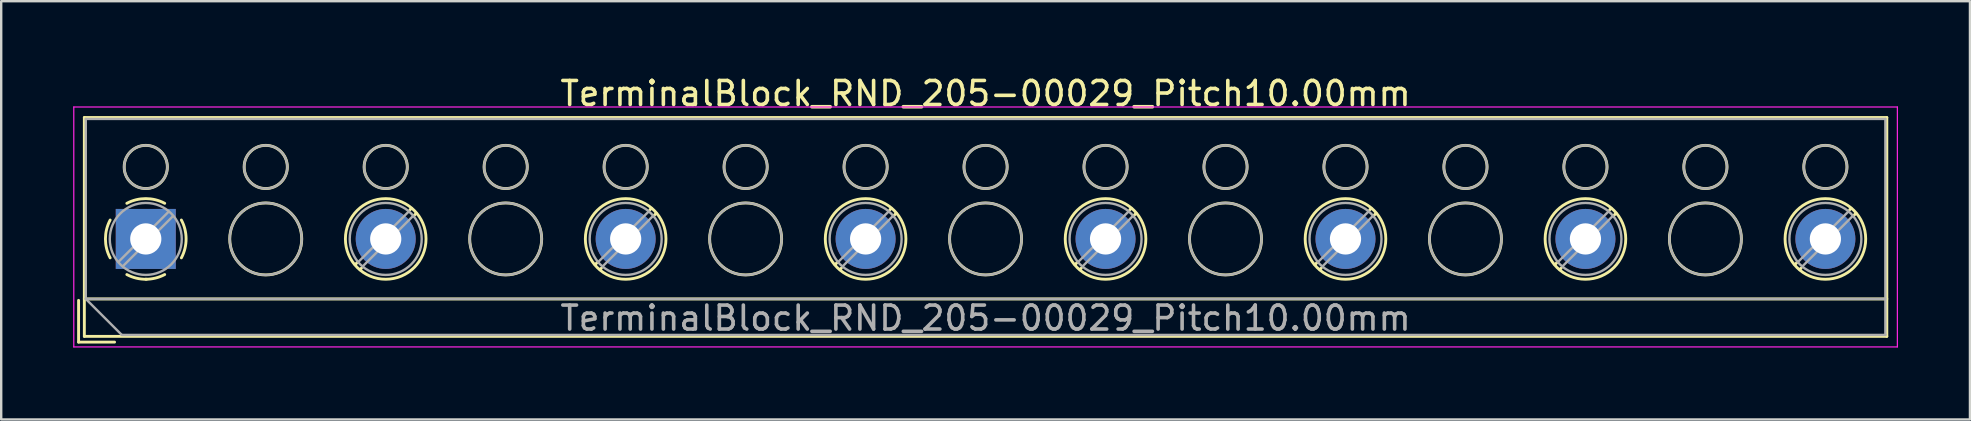
<source format=kicad_pcb>
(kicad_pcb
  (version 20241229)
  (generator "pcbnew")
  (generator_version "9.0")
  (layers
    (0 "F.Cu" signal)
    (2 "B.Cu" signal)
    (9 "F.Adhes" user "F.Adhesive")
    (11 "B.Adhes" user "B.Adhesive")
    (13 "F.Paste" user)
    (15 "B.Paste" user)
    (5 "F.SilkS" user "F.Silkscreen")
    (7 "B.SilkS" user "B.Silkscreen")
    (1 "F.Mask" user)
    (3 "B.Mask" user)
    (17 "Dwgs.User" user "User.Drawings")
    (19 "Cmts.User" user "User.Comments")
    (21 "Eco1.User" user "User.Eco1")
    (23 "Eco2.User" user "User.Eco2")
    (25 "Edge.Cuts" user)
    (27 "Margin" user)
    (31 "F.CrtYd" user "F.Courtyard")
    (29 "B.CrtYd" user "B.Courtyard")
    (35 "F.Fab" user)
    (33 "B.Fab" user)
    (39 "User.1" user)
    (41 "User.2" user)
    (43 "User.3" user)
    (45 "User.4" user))
  (footprint "TerminalBlock_RND_205-00029_Pitch10.00mm"
    (layer "F.Cu")
    (at 3.025 6.908)
    (property "Reference" "TerminalBlock_RND_205-00029_Pitch10.00mm" (at 35 -6.06 0) (layer "F.SilkS") (effects (font (size 1 1) (thickness 0.15))))
    (attr through_hole)
    (fp_line (start -2.8 2.56) (end -2.8 4.3) (stroke (width 0.12) (type solid)) (layer "F.SilkS"))
    (fp_line (start -2.8 4.3) (end -1.3 4.3) (stroke (width 0.12) (type solid)) (layer "F.SilkS"))
    (fp_line (start -2.56 -5.06) (end -2.56 4.06) (stroke (width 0.12) (type solid)) (layer "F.SilkS"))
    (fp_line (start -2.56 2.5) (end 72.56 2.5) (stroke (width 0.12) (type solid)) (layer "F.SilkS"))
    (fp_line (start -2.56 4.06) (end 72.56 4.06) (stroke (width 0.12) (type solid)) (layer "F.SilkS"))
    (fp_line (start 8.82 0.976) (end 8.726 1.069) (stroke (width 0.12) (type solid)) (layer "F.SilkS"))
    (fp_line (start 8.99 1.216) (end 8.931 1.274) (stroke (width 0.12) (type solid)) (layer "F.SilkS"))
    (fp_line (start 11.07 -1.275) (end 11.011 -1.216) (stroke (width 0.12) (type solid)) (layer "F.SilkS"))
    (fp_line (start 11.275 -1.069) (end 11.181 -0.976) (stroke (width 0.12) (type solid)) (layer "F.SilkS"))
    (fp_line (start 18.82 0.976) (end 18.726 1.069) (stroke (width 0.12) (type solid)) (layer "F.SilkS"))
    (fp_line (start 18.99 1.216) (end 18.931 1.274) (stroke (width 0.12) (type solid)) (layer "F.SilkS"))
    (fp_line (start 21.07 -1.275) (end 21.011 -1.216) (stroke (width 0.12) (type solid)) (layer "F.SilkS"))
    (fp_line (start 21.275 -1.069) (end 21.181 -0.976) (stroke (width 0.12) (type solid)) (layer "F.SilkS"))
    (fp_line (start 28.82 0.976) (end 28.726 1.069) (stroke (width 0.12) (type solid)) (layer "F.SilkS"))
    (fp_line (start 28.99 1.216) (end 28.931 1.274) (stroke (width 0.12) (type solid)) (layer "F.SilkS"))
    (fp_line (start 31.07 -1.275) (end 31.011 -1.216) (stroke (width 0.12) (type solid)) (layer "F.SilkS"))
    (fp_line (start 31.275 -1.069) (end 31.181 -0.976) (stroke (width 0.12) (type solid)) (layer "F.SilkS"))
    (fp_line (start 38.82 0.976) (end 38.726 1.069) (stroke (width 0.12) (type solid)) (layer "F.SilkS"))
    (fp_line (start 38.99 1.216) (end 38.931 1.274) (stroke (width 0.12) (type solid)) (layer "F.SilkS"))
    (fp_line (start 41.07 -1.275) (end 41.011 -1.216) (stroke (width 0.12) (type solid)) (layer "F.SilkS"))
    (fp_line (start 41.275 -1.069) (end 41.181 -0.976) (stroke (width 0.12) (type solid)) (layer "F.SilkS"))
    (fp_line (start 48.82 0.976) (end 48.726 1.069) (stroke (width 0.12) (type solid)) (layer "F.SilkS"))
    (fp_line (start 48.99 1.216) (end 48.931 1.274) (stroke (width 0.12) (type solid)) (layer "F.SilkS"))
    (fp_line (start 51.07 -1.275) (end 51.011 -1.216) (stroke (width 0.12) (type solid)) (layer "F.SilkS"))
    (fp_line (start 51.275 -1.069) (end 51.181 -0.976) (stroke (width 0.12) (type solid)) (layer "F.SilkS"))
    (fp_line (start 58.82 0.976) (end 58.726 1.069) (stroke (width 0.12) (type solid)) (layer "F.SilkS"))
    (fp_line (start 58.99 1.216) (end 58.931 1.274) (stroke (width 0.12) (type solid)) (layer "F.SilkS"))
    (fp_line (start 61.07 -1.275) (end 61.011 -1.216) (stroke (width 0.12) (type solid)) (layer "F.SilkS"))
    (fp_line (start 61.275 -1.069) (end 61.181 -0.976) (stroke (width 0.12) (type solid)) (layer "F.SilkS"))
    (fp_line (start 68.82 0.976) (end 68.726 1.069) (stroke (width 0.12) (type solid)) (layer "F.SilkS"))
    (fp_line (start 68.99 1.216) (end 68.931 1.274) (stroke (width 0.12) (type solid)) (layer "F.SilkS"))
    (fp_line (start 71.07 -1.275) (end 71.011 -1.216) (stroke (width 0.12) (type solid)) (layer "F.SilkS"))
    (fp_line (start 71.275 -1.069) (end 71.181 -0.976) (stroke (width 0.12) (type solid)) (layer "F.SilkS"))
    (fp_line (start 72.56 -5.06) (end -2.56 -5.06) (stroke (width 0.12) (type solid)) (layer "F.SilkS"))
    (fp_line (start 72.56 4.06) (end 72.56 -5.06) (stroke (width 0.12) (type solid)) (layer "F.SilkS"))
    (fp_arc (start -1.483953 0.789089) (mid -1.680708 0.00005) (end -1.484 -0.789) (stroke (width 0.12) (type solid)) (layer "F.SilkS"))
    (fp_arc (start -0.789089 -1.483953) (mid -0.00005 -1.680708) (end 0.789 -1.484) (stroke (width 0.12) (type solid)) (layer "F.SilkS"))
    (fp_arc (start 0.029383 1.68045) (mid -0.392304 1.634281) (end -0.789 1.484) (stroke (width 0.12) (type solid)) (layer "F.SilkS"))
    (fp_arc (start 0.788712 1.483352) (mid 0.406429 1.630097) (end 0 1.68) (stroke (width 0.12) (type solid)) (layer "F.SilkS"))
    (fp_arc (start 1.483953 -0.789089) (mid 1.680708 -0.00005) (end 1.484 0.789) (stroke (width 0.12) (type solid)) (layer "F.SilkS"))
    (fp_circle (center 0 -3) (end 0.9 -3) (stroke (width 0.12) (type solid)) (fill no) (layer "F.SilkS"))
    (fp_circle (center 5 -3) (end 5.9 -3) (stroke (width 0.12) (type solid)) (fill no) (layer "F.SilkS"))
    (fp_circle (center 5 0) (end 6.5 0) (stroke (width 0.12) (type solid)) (fill no) (layer "F.SilkS"))
    (fp_circle (center 10 -3) (end 10.9 -3) (stroke (width 0.12) (type solid)) (fill no) (layer "F.SilkS"))
    (fp_circle (center 10 0) (end 11.68 0) (stroke (width 0.12) (type solid)) (fill no) (layer "F.SilkS"))
    (fp_circle (center 15 -3) (end 15.9 -3) (stroke (width 0.12) (type solid)) (fill no) (layer "F.SilkS"))
    (fp_circle (center 15 0) (end 16.5 0) (stroke (width 0.12) (type solid)) (fill no) (layer "F.SilkS"))
    (fp_circle (center 20 -3) (end 20.9 -3) (stroke (width 0.12) (type solid)) (fill no) (layer "F.SilkS"))
    (fp_circle (center 20 0) (end 21.68 0) (stroke (width 0.12) (type solid)) (fill no) (layer "F.SilkS"))
    (fp_circle (center 25 -3) (end 25.9 -3) (stroke (width 0.12) (type solid)) (fill no) (layer "F.SilkS"))
    (fp_circle (center 25 0) (end 26.5 0) (stroke (width 0.12) (type solid)) (fill no) (layer "F.SilkS"))
    (fp_circle (center 30 -3) (end 30.9 -3) (stroke (width 0.12) (type solid)) (fill no) (layer "F.SilkS"))
    (fp_circle (center 30 0) (end 31.68 0) (stroke (width 0.12) (type solid)) (fill no) (layer "F.SilkS"))
    (fp_circle (center 35 -3) (end 35.9 -3) (stroke (width 0.12) (type solid)) (fill no) (layer "F.SilkS"))
    (fp_circle (center 35 0) (end 36.5 0) (stroke (width 0.12) (type solid)) (fill no) (layer "F.SilkS"))
    (fp_circle (center 40 -3) (end 40.9 -3) (stroke (width 0.12) (type solid)) (fill no) (layer "F.SilkS"))
    (fp_circle (center 40 0) (end 41.68 0) (stroke (width 0.12) (type solid)) (fill no) (layer "F.SilkS"))
    (fp_circle (center 45 -3) (end 45.9 -3) (stroke (width 0.12) (type solid)) (fill no) (layer "F.SilkS"))
    (fp_circle (center 45 0) (end 46.5 0) (stroke (width 0.12) (type solid)) (fill no) (layer "F.SilkS"))
    (fp_circle (center 50 -3) (end 50.9 -3) (stroke (width 0.12) (type solid)) (fill no) (layer "F.SilkS"))
    (fp_circle (center 50 0) (end 51.68 0) (stroke (width 0.12) (type solid)) (fill no) (layer "F.SilkS"))
    (fp_circle (center 55 -3) (end 55.9 -3) (stroke (width 0.12) (type solid)) (fill no) (layer "F.SilkS"))
    (fp_circle (center 55 0) (end 56.5 0) (stroke (width 0.12) (type solid)) (fill no) (layer "F.SilkS"))
    (fp_circle (center 60 -3) (end 60.9 -3) (stroke (width 0.12) (type solid)) (fill no) (layer "F.SilkS"))
    (fp_circle (center 60 0) (end 61.68 0) (stroke (width 0.12) (type solid)) (fill no) (layer "F.SilkS"))
    (fp_circle (center 65 -3) (end 65.9 -3) (stroke (width 0.12) (type solid)) (fill no) (layer "F.SilkS"))
    (fp_circle (center 65 0) (end 66.5 0) (stroke (width 0.12) (type solid)) (fill no) (layer "F.SilkS"))
    (fp_circle (center 70 -3) (end 70.9 -3) (stroke (width 0.12) (type solid)) (fill no) (layer "F.SilkS"))
    (fp_circle (center 70 0) (end 71.68 0) (stroke (width 0.12) (type solid)) (fill no) (layer "F.SilkS"))
    (fp_line (start -3 -5.5) (end -3 4.5) (stroke (width 0.05) (type solid)) (layer "F.CrtYd"))
    (fp_line (start -3 4.5) (end 73 4.5) (stroke (width 0.05) (type solid)) (layer "F.CrtYd"))
    (fp_line (start 73 -5.5) (end -3 -5.5) (stroke (width 0.05) (type solid)) (layer "F.CrtYd"))
    (fp_line (start 73 4.5) (end 73 -5.5) (stroke (width 0.05) (type solid)) (layer "F.CrtYd"))
    (fp_line (start -2.5 -5) (end 72.5 -5) (stroke (width 0.1) (type solid)) (layer "F.Fab"))
    (fp_line (start -2.5 2.5) (end -2.5 -5) (stroke (width 0.1) (type solid)) (layer "F.Fab"))
    (fp_line (start -2.5 2.5) (end 72.5 2.5) (stroke (width 0.1) (type solid)) (layer "F.Fab"))
    (fp_line (start -1 4) (end -2.5 2.5) (stroke (width 0.1) (type solid)) (layer "F.Fab"))
    (fp_line (start 0.955 -1.138) (end -1.138 0.955) (stroke (width 0.1) (type solid)) (layer "F.Fab"))
    (fp_line (start 1.138 -0.955) (end -0.955 1.138) (stroke (width 0.1) (type solid)) (layer "F.Fab"))
    (fp_line (start 10.955 -1.138) (end 8.863 0.955) (stroke (width 0.1) (type solid)) (layer "F.Fab"))
    (fp_line (start 11.138 -0.955) (end 9.046 1.138) (stroke (width 0.1) (type solid)) (layer "F.Fab"))
    (fp_line (start 20.955 -1.138) (end 18.863 0.955) (stroke (width 0.1) (type solid)) (layer "F.Fab"))
    (fp_line (start 21.138 -0.955) (end 19.046 1.138) (stroke (width 0.1) (type solid)) (layer "F.Fab"))
    (fp_line (start 30.955 -1.138) (end 28.863 0.955) (stroke (width 0.1) (type solid)) (layer "F.Fab"))
    (fp_line (start 31.138 -0.955) (end 29.046 1.138) (stroke (width 0.1) (type solid)) (layer "F.Fab"))
    (fp_line (start 40.955 -1.138) (end 38.863 0.955) (stroke (width 0.1) (type solid)) (layer "F.Fab"))
    (fp_line (start 41.138 -0.955) (end 39.046 1.138) (stroke (width 0.1) (type solid)) (layer "F.Fab"))
    (fp_line (start 50.955 -1.138) (end 48.863 0.955) (stroke (width 0.1) (type solid)) (layer "F.Fab"))
    (fp_line (start 51.138 -0.955) (end 49.046 1.138) (stroke (width 0.1) (type solid)) (layer "F.Fab"))
    (fp_line (start 60.955 -1.138) (end 58.863 0.955) (stroke (width 0.1) (type solid)) (layer "F.Fab"))
    (fp_line (start 61.138 -0.955) (end 59.046 1.138) (stroke (width 0.1) (type solid)) (layer "F.Fab"))
    (fp_line (start 70.955 -1.138) (end 68.863 0.955) (stroke (width 0.1) (type solid)) (layer "F.Fab"))
    (fp_line (start 71.138 -0.955) (end 69.046 1.138) (stroke (width 0.1) (type solid)) (layer "F.Fab"))
    (fp_line (start 72.5 -5) (end 72.5 4) (stroke (width 0.1) (type solid)) (layer "F.Fab"))
    (fp_line (start 72.5 4) (end -1 4) (stroke (width 0.1) (type solid)) (layer "F.Fab"))
    (fp_circle (center 0 -3) (end 0.9 -3) (stroke (width 0.1) (type solid)) (fill no) (layer "F.Fab"))
    (fp_circle (center 0 0) (end 1.5 0) (stroke (width 0.1) (type solid)) (fill no) (layer "F.Fab"))
    (fp_circle (center 5 -3) (end 5.9 -3) (stroke (width 0.1) (type solid)) (fill no) (layer "F.Fab"))
    (fp_circle (center 5 0) (end 6.5 0) (stroke (width 0.1) (type solid)) (fill no) (layer "F.Fab"))
    (fp_circle (center 10 -3) (end 10.9 -3) (stroke (width 0.1) (type solid)) (fill no) (layer "F.Fab"))
    (fp_circle (center 10 0) (end 11.5 0) (stroke (width 0.1) (type solid)) (fill no) (layer "F.Fab"))
    (fp_circle (center 15 -3) (end 15.9 -3) (stroke (width 0.1) (type solid)) (fill no) (layer "F.Fab"))
    (fp_circle (center 15 0) (end 16.5 0) (stroke (width 0.1) (type solid)) (fill no) (layer "F.Fab"))
    (fp_circle (center 20 -3) (end 20.9 -3) (stroke (width 0.1) (type solid)) (fill no) (layer "F.Fab"))
    (fp_circle (center 20 0) (end 21.5 0) (stroke (width 0.1) (type solid)) (fill no) (layer "F.Fab"))
    (fp_circle (center 25 -3) (end 25.9 -3) (stroke (width 0.1) (type solid)) (fill no) (layer "F.Fab"))
    (fp_circle (center 25 0) (end 26.5 0) (stroke (width 0.1) (type solid)) (fill no) (layer "F.Fab"))
    (fp_circle (center 30 -3) (end 30.9 -3) (stroke (width 0.1) (type solid)) (fill no) (layer "F.Fab"))
    (fp_circle (center 30 0) (end 31.5 0) (stroke (width 0.1) (type solid)) (fill no) (layer "F.Fab"))
    (fp_circle (center 35 -3) (end 35.9 -3) (stroke (width 0.1) (type solid)) (fill no) (layer "F.Fab"))
    (fp_circle (center 35 0) (end 36.5 0) (stroke (width 0.1) (type solid)) (fill no) (layer "F.Fab"))
    (fp_circle (center 40 -3) (end 40.9 -3) (stroke (width 0.1) (type solid)) (fill no) (layer "F.Fab"))
    (fp_circle (center 40 0) (end 41.5 0) (stroke (width 0.1) (type solid)) (fill no) (layer "F.Fab"))
    (fp_circle (center 45 -3) (end 45.9 -3) (stroke (width 0.1) (type solid)) (fill no) (layer "F.Fab"))
    (fp_circle (center 45 0) (end 46.5 0) (stroke (width 0.1) (type solid)) (fill no) (layer "F.Fab"))
    (fp_circle (center 50 -3) (end 50.9 -3) (stroke (width 0.1) (type solid)) (fill no) (layer "F.Fab"))
    (fp_circle (center 50 0) (end 51.5 0) (stroke (width 0.1) (type solid)) (fill no) (layer "F.Fab"))
    (fp_circle (center 55 -3) (end 55.9 -3) (stroke (width 0.1) (type solid)) (fill no) (layer "F.Fab"))
    (fp_circle (center 55 0) (end 56.5 0) (stroke (width 0.1) (type solid)) (fill no) (layer "F.Fab"))
    (fp_circle (center 60 -3) (end 60.9 -3) (stroke (width 0.1) (type solid)) (fill no) (layer "F.Fab"))
    (fp_circle (center 60 0) (end 61.5 0) (stroke (width 0.1) (type solid)) (fill no) (layer "F.Fab"))
    (fp_circle (center 65 -3) (end 65.9 -3) (stroke (width 0.1) (type solid)) (fill no) (layer "F.Fab"))
    (fp_circle (center 65 0) (end 66.5 0) (stroke (width 0.1) (type solid)) (fill no) (layer "F.Fab"))
    (fp_circle (center 70 -3) (end 70.9 -3) (stroke (width 0.1) (type solid)) (fill no) (layer "F.Fab"))
    (fp_circle (center 70 0) (end 71.5 0) (stroke (width 0.1) (type solid)) (fill no) (layer "F.Fab"))
    (fp_text user "${REFERENCE}" (at 35 3.3 0) (layer "F.Fab") (effects (font (size 1 1) (thickness 0.15))))
    (pad "1" thru_hole rect (at 0 0) (size 2.5 2.5) (drill 1.3) (layers "*.Cu" "*.Mask"))
    (pad "2" thru_hole circle (at 10 0) (size 2.5 2.5) (drill 1.3) (layers "*.Cu" "*.Mask"))
    (pad "3" thru_hole circle (at 20 0) (size 2.5 2.5) (drill 1.3) (layers "*.Cu" "*.Mask"))
    (pad "4" thru_hole circle (at 30 0) (size 2.5 2.5) (drill 1.3) (layers "*.Cu" "*.Mask"))
    (pad "5" thru_hole circle (at 40 0) (size 2.5 2.5) (drill 1.3) (layers "*.Cu" "*.Mask"))
    (pad "6" thru_hole circle (at 50 0) (size 2.5 2.5) (drill 1.3) (layers "*.Cu" "*.Mask"))
    (pad "7" thru_hole circle (at 60 0) (size 2.5 2.5) (drill 1.3) (layers "*.Cu" "*.Mask"))
    (pad "8" thru_hole circle (at 70 0) (size 2.5 2.5) (drill 1.3) (layers "*.Cu" "*.Mask")))
  (gr_rect
    (start -3 -3)
    (end 79.05 14.433)
    (stroke (width 0.1) (type default))
    (fill no)
    (layer "Edge.Cuts")))
</source>
